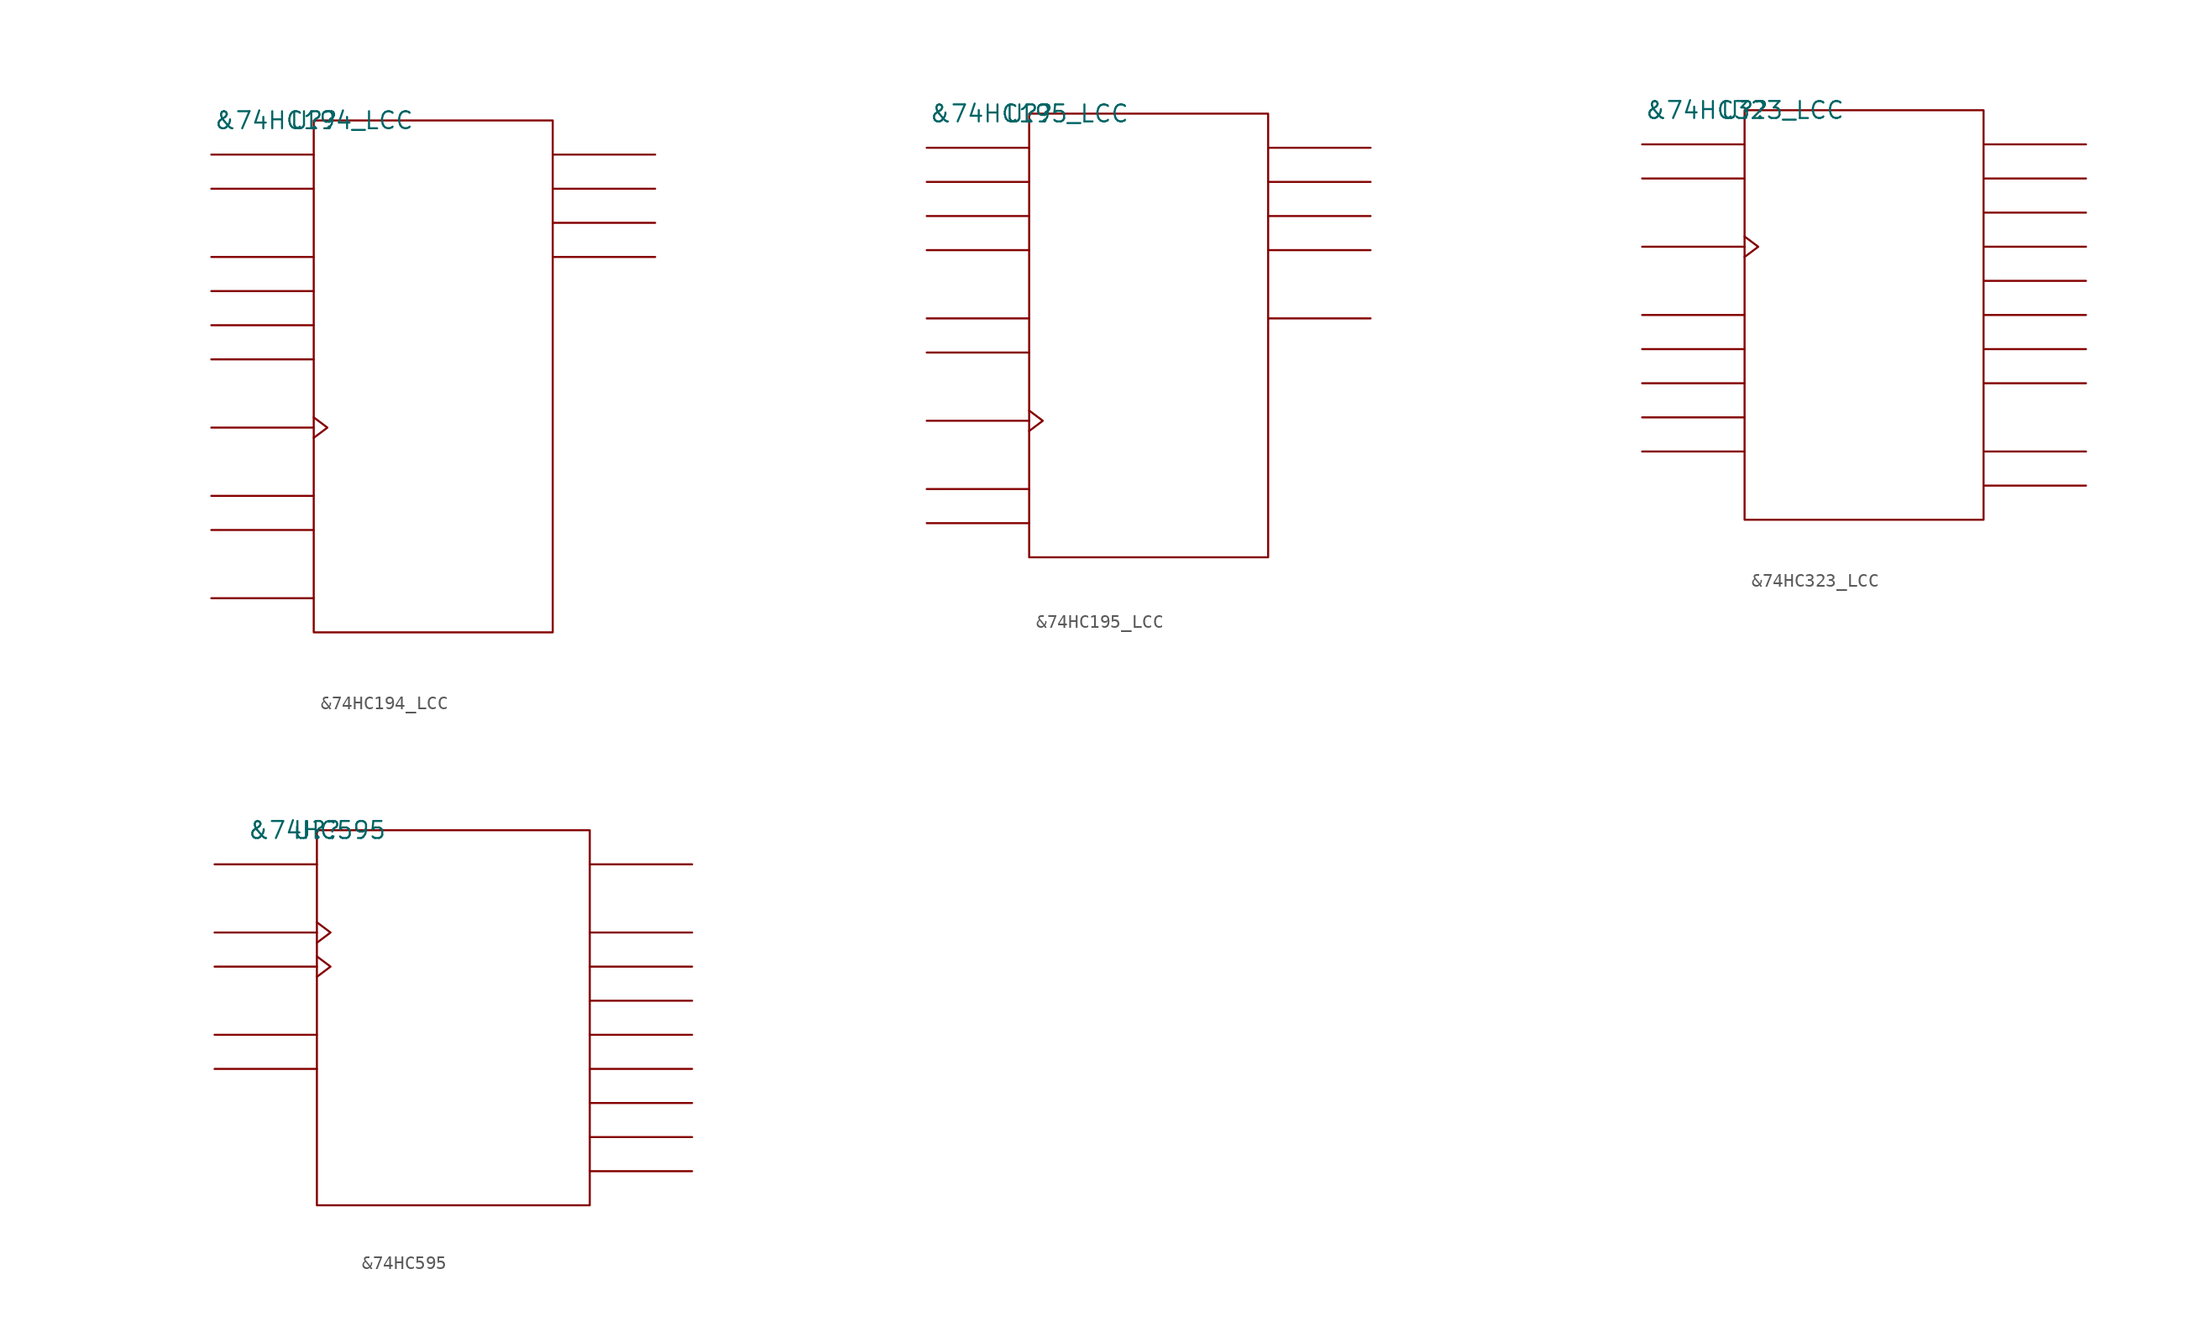
<source format=kicad_sym>
(kicad_symbol_lib
  (version 20211014)
  (generator kicad_symbol_editor)
  (symbol "&74HC194_LCC"
    (pin_names
      (offset 0.762))
    (property "Reference" "U?"
      (at 0 0 0)
      (effects (font (size 1.27 1.27))))
    (property "Value" "&74HC194_LCC"
      (at 0 0 0)
      (effects (font (size 1.27 1.27))))
    (symbol "&74HC194_LCC_0_1"
      (rectangle (start 0 -38.1) (end 17.78 0) (stroke (width 0) (type default) (color 0 0 0 0)) (fill (type none)))
      (polyline (pts (xy 0 -35.56) (xy -7.62 -35.56)) (stroke (width 0) (type default) (color 0 0 0 0)) (fill (type none)))
      (polyline (pts (xy 0 -30.48) (xy -7.62 -30.48)) (stroke (width 0) (type default) (color 0 0 0 0)) (fill (type none)))
      (polyline (pts (xy 0 -27.94) (xy -7.62 -27.94)) (stroke (width 0) (type default) (color 0 0 0 0)) (fill (type none)))
      (polyline (pts (xy 0 -22.86) (xy -7.62 -22.86)) (stroke (width 0) (type default) (color 0 0 0 0)) (fill (type none)))
      (polyline (pts (xy 0 -17.78) (xy -7.62 -17.78)) (stroke (width 0) (type default) (color 0 0 0 0)) (fill (type none)))
      (polyline (pts (xy 0 -15.24) (xy -7.62 -15.24)) (stroke (width 0) (type default) (color 0 0 0 0)) (fill (type none)))
      (polyline (pts (xy 0 -12.7) (xy -7.62 -12.7)) (stroke (width 0) (type default) (color 0 0 0 0)) (fill (type none)))
      (polyline (pts (xy 0 -10.16) (xy -7.62 -10.16)) (stroke (width 0) (type default) (color 0 0 0 0)) (fill (type none)))
      (polyline (pts (xy 0 -5.08) (xy -7.62 -5.08)) (stroke (width 0) (type default) (color 0 0 0 0)) (fill (type none)))
      (polyline (pts (xy 0 -2.54) (xy -7.62 -2.54)) (stroke (width 0) (type default) (color 0 0 0 0)) (fill (type none)))
      (polyline (pts (xy 17.78 -10.16) (xy 25.4 -10.16)) (stroke (width 0) (type default) (color 0 0 0 0)) (fill (type none)))
      (polyline (pts (xy 17.78 -7.62) (xy 25.4 -7.62)) (stroke (width 0) (type default) (color 0 0 0 0)) (fill (type none)))
      (polyline (pts (xy 17.78 -5.08) (xy 25.4 -5.08)) (stroke (width 0) (type default) (color 0 0 0 0)) (fill (type none)))
      (polyline (pts (xy 17.78 -2.54) (xy 25.4 -2.54)) (stroke (width 0) (type default) (color 0 0 0 0)) (fill (type none)))
      (polyline (pts (xy 0 -22.098) (xy 1.016 -22.86) (xy 0 -23.622)) (stroke (width 0) (type default) (color 0 0 0 0)) (fill (type none))))
    (symbol "&74HC194_LCC_1_1"
      (pin power_in line (at 10.16 -38.1 180) (length 7.62) hide (name "GND" (effects (font (size 1.245 1.245)))) (number "10" (effects (font (size 1.245 1.245)))))
      (pin unspecified line (at -7.62 -27.94 0) (length 7.62) hide (name "S0" (effects (font (size 1.245 1.245)))) (number "12" (effects (font (size 1.245 1.245)))))
      (pin unspecified line (at -7.62 -30.48 0) (length 7.62) hide (name "S1" (effects (font (size 1.245 1.245)))) (number "13" (effects (font (size 1.245 1.245)))))
      (pin unspecified line (at -7.62 -22.86 180) (length 7.62) hide (name "CLK" (effects (font (size 1.245 1.245)))) (number "14" (effects (font (size 1.245 1.245)))))
      (pin unspecified line (at 25.4 -10.16 180) (length 7.62) hide (name "QD" (effects (font (size 1.245 1.245)))) (number "15" (effects (font (size 1.245 1.245)))))
      (pin unspecified line (at 25.4 -7.62 180) (length 7.62) hide (name "QC" (effects (font (size 1.245 1.245)))) (number "17" (effects (font (size 1.245 1.245)))))
      (pin unspecified line (at 25.4 -5.08 180) (length 7.62) hide (name "QB" (effects (font (size 1.245 1.245)))) (number "18" (effects (font (size 1.245 1.245)))))
      (pin unspecified line (at 25.4 -2.54 180) (length 7.62) hide (name "QA" (effects (font (size 1.245 1.245)))) (number "19" (effects (font (size 1.245 1.245)))))
      (pin unspecified line (at -7.62 -35.56 0) (length 7.62) hide (name "C\\L\\R\\" (effects (font (size 1.245 1.245)))) (number "2" (effects (font (size 1.245 1.245)))))
      (pin power_in line (at 10.16 0 180) (length 7.62) hide (name "VCC" (effects (font (size 1.245 1.245)))) (number "20" (effects (font (size 1.245 1.245)))))
      (pin unspecified line (at -7.62 -5.08 0) (length 7.62) hide (name "SRSDI" (effects (font (size 1.245 1.245)))) (number "3" (effects (font (size 1.245 1.245)))))
      (pin unspecified line (at -7.62 -10.16 0) (length 7.62) hide (name "A" (effects (font (size 1.245 1.245)))) (number "4" (effects (font (size 1.245 1.245)))))
      (pin unspecified line (at -7.62 -12.7 0) (length 7.62) hide (name "B" (effects (font (size 1.245 1.245)))) (number "5" (effects (font (size 1.245 1.245)))))
      (pin unspecified line (at -7.62 -15.24 0) (length 7.62) hide (name "C" (effects (font (size 1.245 1.245)))) (number "7" (effects (font (size 1.245 1.245)))))
      (pin unspecified line (at -7.62 -17.78 0) (length 7.62) hide (name "D" (effects (font (size 1.245 1.245)))) (number "8" (effects (font (size 1.245 1.245)))))
      (pin unspecified line (at -7.62 -2.54 0) (length 7.62) hide (name "SLSDI" (effects (font (size 1.245 1.245)))) (number "9" (effects (font (size 1.245 1.245)))))))
  (symbol "&74HC195_LCC"
    (pin_names
      (offset 0.762))
    (property "Reference" "U?"
      (at 0 0 0)
      (effects (font (size 1.27 1.27))))
    (property "Value" "&74HC195_LCC"
      (at 0 0 0)
      (effects (font (size 1.27 1.27))))
    (symbol "&74HC195_LCC_0_1"
      (rectangle (start 0 -33.02) (end 17.78 0) (stroke (width 0) (type default) (color 0 0 0 0)) (fill (type none)))
      (polyline (pts (xy 0 -30.48) (xy -7.62 -30.48)) (stroke (width 0) (type default) (color 0 0 0 0)) (fill (type none)))
      (polyline (pts (xy 0 -27.94) (xy -7.62 -27.94)) (stroke (width 0) (type default) (color 0 0 0 0)) (fill (type none)))
      (polyline (pts (xy 0 -22.86) (xy -7.62 -22.86)) (stroke (width 0) (type default) (color 0 0 0 0)) (fill (type none)))
      (polyline (pts (xy 0 -17.78) (xy -7.62 -17.78)) (stroke (width 0) (type default) (color 0 0 0 0)) (fill (type none)))
      (polyline (pts (xy 0 -15.24) (xy -7.62 -15.24)) (stroke (width 0) (type default) (color 0 0 0 0)) (fill (type none)))
      (polyline (pts (xy 0 -10.16) (xy -7.62 -10.16)) (stroke (width 0) (type default) (color 0 0 0 0)) (fill (type none)))
      (polyline (pts (xy 0 -7.62) (xy -7.62 -7.62)) (stroke (width 0) (type default) (color 0 0 0 0)) (fill (type none)))
      (polyline (pts (xy 0 -5.08) (xy -7.62 -5.08)) (stroke (width 0) (type default) (color 0 0 0 0)) (fill (type none)))
      (polyline (pts (xy 0 -2.54) (xy -7.62 -2.54)) (stroke (width 0) (type default) (color 0 0 0 0)) (fill (type none)))
      (polyline (pts (xy 17.78 -15.24) (xy 25.4 -15.24)) (stroke (width 0) (type default) (color 0 0 0 0)) (fill (type none)))
      (polyline (pts (xy 17.78 -10.16) (xy 25.4 -10.16)) (stroke (width 0) (type default) (color 0 0 0 0)) (fill (type none)))
      (polyline (pts (xy 17.78 -7.62) (xy 25.4 -7.62)) (stroke (width 0) (type default) (color 0 0 0 0)) (fill (type none)))
      (polyline (pts (xy 17.78 -5.08) (xy 25.4 -5.08)) (stroke (width 0) (type default) (color 0 0 0 0)) (fill (type none)))
      (polyline (pts (xy 17.78 -2.54) (xy 25.4 -2.54)) (stroke (width 0) (type default) (color 0 0 0 0)) (fill (type none)))
      (polyline (pts (xy 0 -22.098) (xy 1.016 -22.86) (xy 0 -23.622)) (stroke (width 0) (type default) (color 0 0 0 0)) (fill (type none))))
    (symbol "&74HC195_LCC_1_1"
      (pin power_in line (at 10.16 -33.02 0) (length 7.62) hide (name "GND" (effects (font (size 1.245 1.245)))) (number "10" (effects (font (size 1.245 1.245)))))
      (pin unspecified line (at -7.62 -30.48 0) (length 7.62) hide (name "SH/L\\D\\" (effects (font (size 1.245 1.245)))) (number "12" (effects (font (size 1.245 1.245)))))
      (pin unspecified line (at -7.62 -22.86 180) (length 7.62) hide (name "CLK" (effects (font (size 1.245 1.245)))) (number "13" (effects (font (size 1.245 1.245)))))
      (pin unspecified line (at 25.4 -15.24 180) (length 7.62) hide (name "Q\\D\\" (effects (font (size 1.245 1.245)))) (number "14" (effects (font (size 1.245 1.245)))))
      (pin unspecified line (at 25.4 -10.16 180) (length 7.62) hide (name "QD" (effects (font (size 1.245 1.245)))) (number "15" (effects (font (size 1.245 1.245)))))
      (pin unspecified line (at 25.4 -7.62 180) (length 7.62) hide (name "QC" (effects (font (size 1.245 1.245)))) (number "17" (effects (font (size 1.245 1.245)))))
      (pin unspecified line (at 25.4 -5.08 180) (length 7.62) hide (name "QB" (effects (font (size 1.245 1.245)))) (number "18" (effects (font (size 1.245 1.245)))))
      (pin unspecified line (at 25.4 -2.54 180) (length 7.62) hide (name "QA" (effects (font (size 1.245 1.245)))) (number "19" (effects (font (size 1.245 1.245)))))
      (pin unspecified line (at -7.62 -27.94 0) (length 7.62) hide (name "C\\L\\R\\" (effects (font (size 1.245 1.245)))) (number "2" (effects (font (size 1.245 1.245)))))
      (pin power_in line (at 7.62 0 180) (length 7.62) hide (name "VCC" (effects (font (size 1.245 1.245)))) (number "20" (effects (font (size 1.245 1.245)))))
      (pin unspecified line (at -7.62 -15.24 0) (length 7.62) hide (name "J" (effects (font (size 1.245 1.245)))) (number "3" (effects (font (size 1.245 1.245)))))
      (pin unspecified line (at -7.62 -17.78 0) (length 7.62) hide (name "K\\" (effects (font (size 1.245 1.245)))) (number "4" (effects (font (size 1.245 1.245)))))
      (pin unspecified line (at -7.62 -2.54 0) (length 7.62) hide (name "A" (effects (font (size 1.245 1.245)))) (number "5" (effects (font (size 1.245 1.245)))))
      (pin unspecified line (at -7.62 -5.08 0) (length 7.62) hide (name "B" (effects (font (size 1.245 1.245)))) (number "7" (effects (font (size 1.245 1.245)))))
      (pin unspecified line (at -7.62 -7.62 0) (length 7.62) hide (name "C" (effects (font (size 1.245 1.245)))) (number "8" (effects (font (size 1.245 1.245)))))
      (pin unspecified line (at -7.62 -10.16 0) (length 7.62) hide (name "D" (effects (font (size 1.245 1.245)))) (number "9" (effects (font (size 1.245 1.245)))))))
  (symbol "&74HC323_LCC"
    (pin_names
      (offset 0.762))
    (property "Reference" "U?"
      (at 0 0 0)
      (effects (font (size 1.27 1.27))))
    (property "Value" "&74HC323_LCC"
      (at 0 0 0)
      (effects (font (size 1.27 1.27))))
    (symbol "&74HC323_LCC_0_1"
      (rectangle (start 0 -30.48) (end 17.78 0) (stroke (width 0) (type default) (color 0 0 0 0)) (fill (type none)))
      (polyline (pts (xy 0 -25.4) (xy -7.62 -25.4)) (stroke (width 0) (type default) (color 0 0 0 0)) (fill (type none)))
      (polyline (pts (xy 0 -22.86) (xy -7.62 -22.86)) (stroke (width 0) (type default) (color 0 0 0 0)) (fill (type none)))
      (polyline (pts (xy 0 -20.32) (xy -7.62 -20.32)) (stroke (width 0) (type default) (color 0 0 0 0)) (fill (type none)))
      (polyline (pts (xy 0 -17.78) (xy -7.62 -17.78)) (stroke (width 0) (type default) (color 0 0 0 0)) (fill (type none)))
      (polyline (pts (xy 0 -15.24) (xy -7.62 -15.24)) (stroke (width 0) (type default) (color 0 0 0 0)) (fill (type none)))
      (polyline (pts (xy 0 -10.16) (xy -7.62 -10.16)) (stroke (width 0) (type default) (color 0 0 0 0)) (fill (type none)))
      (polyline (pts (xy 0 -5.08) (xy -7.62 -5.08)) (stroke (width 0) (type default) (color 0 0 0 0)) (fill (type none)))
      (polyline (pts (xy 0 -2.54) (xy -7.62 -2.54)) (stroke (width 0) (type default) (color 0 0 0 0)) (fill (type none)))
      (polyline (pts (xy 17.78 -27.94) (xy 25.4 -27.94)) (stroke (width 0) (type default) (color 0 0 0 0)) (fill (type none)))
      (polyline (pts (xy 17.78 -25.4) (xy 25.4 -25.4)) (stroke (width 0) (type default) (color 0 0 0 0)) (fill (type none)))
      (polyline (pts (xy 17.78 -20.32) (xy 25.4 -20.32)) (stroke (width 0) (type default) (color 0 0 0 0)) (fill (type none)))
      (polyline (pts (xy 17.78 -17.78) (xy 25.4 -17.78)) (stroke (width 0) (type default) (color 0 0 0 0)) (fill (type none)))
      (polyline (pts (xy 17.78 -15.24) (xy 25.4 -15.24)) (stroke (width 0) (type default) (color 0 0 0 0)) (fill (type none)))
      (polyline (pts (xy 17.78 -12.7) (xy 25.4 -12.7)) (stroke (width 0) (type default) (color 0 0 0 0)) (fill (type none)))
      (polyline (pts (xy 17.78 -10.16) (xy 25.4 -10.16)) (stroke (width 0) (type default) (color 0 0 0 0)) (fill (type none)))
      (polyline (pts (xy 17.78 -7.62) (xy 25.4 -7.62)) (stroke (width 0) (type default) (color 0 0 0 0)) (fill (type none)))
      (polyline (pts (xy 17.78 -5.08) (xy 25.4 -5.08)) (stroke (width 0) (type default) (color 0 0 0 0)) (fill (type none)))
      (polyline (pts (xy 17.78 -2.54) (xy 25.4 -2.54)) (stroke (width 0) (type default) (color 0 0 0 0)) (fill (type none)))
      (polyline (pts (xy 0 -9.398) (xy 1.016 -10.16) (xy 0 -10.922)) (stroke (width 0) (type default) (color 0 0 0 0)) (fill (type none))))
    (symbol "&74HC323_LCC_1_1"
      (pin unspecified line (at -7.62 -22.86 0) (length 7.62) hide (name "S0" (effects (font (size 1.245 1.245)))) (number "1" (effects (font (size 1.245 1.245)))))
      (pin power_in line (at 7.62 -30.48 180) (length 7.62) hide (name "GND" (effects (font (size 1.245 1.245)))) (number "10" (effects (font (size 1.245 1.245)))))
      (pin unspecified line (at -7.62 -5.08 0) (length 7.62) hide (name "SR" (effects (font (size 1.245 1.245)))) (number "11" (effects (font (size 1.245 1.245)))))
      (pin unspecified line (at -7.62 -10.16 180) (length 7.62) hide (name "CLK" (effects (font (size 1.245 1.245)))) (number "12" (effects (font (size 1.245 1.245)))))
      (pin unspecified line (at 25.4 -5.08 180) (length 7.62) hide (name "B/QB" (effects (font (size 1.245 1.245)))) (number "13" (effects (font (size 1.245 1.245)))))
      (pin unspecified line (at 25.4 -10.16 180) (length 7.62) hide (name "D/QD" (effects (font (size 1.245 1.245)))) (number "14" (effects (font (size 1.245 1.245)))))
      (pin unspecified line (at 25.4 -15.24 180) (length 7.62) hide (name "F/QF" (effects (font (size 1.245 1.245)))) (number "15" (effects (font (size 1.245 1.245)))))
      (pin unspecified line (at 25.4 -20.32 180) (length 7.62) hide (name "H/QH" (effects (font (size 1.245 1.245)))) (number "16" (effects (font (size 1.245 1.245)))))
      (pin unspecified line (at 25.4 -27.94 180) (length 7.62) hide (name "QH" (effects (font (size 1.245 1.245)))) (number "17" (effects (font (size 1.245 1.245)))))
      (pin unspecified line (at -7.62 -2.54 0) (length 7.62) hide (name "SL" (effects (font (size 1.245 1.245)))) (number "18" (effects (font (size 1.245 1.245)))))
      (pin unspecified line (at -7.62 -25.4 0) (length 7.62) hide (name "S1" (effects (font (size 1.245 1.245)))) (number "19" (effects (font (size 1.245 1.245)))))
      (pin unspecified line (at -7.62 -17.78 0) (length 7.62) hide (name "G\\1\\" (effects (font (size 1.245 1.245)))) (number "2" (effects (font (size 1.245 1.245)))))
      (pin power_in line (at 7.62 0 180) (length 7.62) hide (name "VCC" (effects (font (size 1.245 1.245)))) (number "20" (effects (font (size 1.245 1.245)))))
      (pin unspecified line (at -7.62 -20.32 0) (length 7.62) hide (name "G\\2\\" (effects (font (size 1.245 1.245)))) (number "3" (effects (font (size 1.245 1.245)))))
      (pin unspecified line (at 25.4 -17.78 180) (length 7.62) hide (name "G/QG" (effects (font (size 1.245 1.245)))) (number "4" (effects (font (size 1.245 1.245)))))
      (pin unspecified line (at 25.4 -12.7 180) (length 7.62) hide (name "E/QE" (effects (font (size 1.245 1.245)))) (number "5" (effects (font (size 1.245 1.245)))))
      (pin unspecified line (at 25.4 -7.62 180) (length 7.62) hide (name "C/QC" (effects (font (size 1.245 1.245)))) (number "6" (effects (font (size 1.245 1.245)))))
      (pin unspecified line (at 25.4 -2.54 180) (length 7.62) hide (name "A/QA" (effects (font (size 1.245 1.245)))) (number "7" (effects (font (size 1.245 1.245)))))
      (pin unspecified line (at 25.4 -25.4 180) (length 7.62) hide (name "QA" (effects (font (size 1.245 1.245)))) (number "8" (effects (font (size 1.245 1.245)))))
      (pin unspecified line (at -7.62 -15.24 0) (length 7.62) hide (name "C\\L\\R\\" (effects (font (size 1.245 1.245)))) (number "9" (effects (font (size 1.245 1.245)))))))
  (symbol "&74HC595"
    (pin_names
      (offset 0.762))
    (property "Reference" "U?"
      (at 0 0 0)
      (effects (font (size 1.27 1.27))))
    (property "Value" "&74HC595"
      (at 0 0 0)
      (effects (font (size 1.27 1.27))))
    (symbol "&74HC595_0_1"
      (rectangle (start 0 -27.94) (end 20.32 0) (stroke (width 0) (type default) (color 0 0 0 0)) (fill (type none)))
      (polyline (pts (xy 0 -17.78) (xy -7.62 -17.78)) (stroke (width 0) (type default) (color 0 0 0 0)) (fill (type none)))
      (polyline (pts (xy 0 -15.24) (xy -7.62 -15.24)) (stroke (width 0) (type default) (color 0 0 0 0)) (fill (type none)))
      (polyline (pts (xy 0 -10.16) (xy -7.62 -10.16)) (stroke (width 0) (type default) (color 0 0 0 0)) (fill (type none)))
      (polyline (pts (xy 0 -7.62) (xy -7.62 -7.62)) (stroke (width 0) (type default) (color 0 0 0 0)) (fill (type none)))
      (polyline (pts (xy 0 -2.54) (xy -7.62 -2.54)) (stroke (width 0) (type default) (color 0 0 0 0)) (fill (type none)))
      (polyline (pts (xy 20.32 -25.4) (xy 27.94 -25.4)) (stroke (width 0) (type default) (color 0 0 0 0)) (fill (type none)))
      (polyline (pts (xy 20.32 -22.86) (xy 27.94 -22.86)) (stroke (width 0) (type default) (color 0 0 0 0)) (fill (type none)))
      (polyline (pts (xy 20.32 -20.32) (xy 27.94 -20.32)) (stroke (width 0) (type default) (color 0 0 0 0)) (fill (type none)))
      (polyline (pts (xy 20.32 -17.78) (xy 27.94 -17.78)) (stroke (width 0) (type default) (color 0 0 0 0)) (fill (type none)))
      (polyline (pts (xy 20.32 -15.24) (xy 27.94 -15.24)) (stroke (width 0) (type default) (color 0 0 0 0)) (fill (type none)))
      (polyline (pts (xy 20.32 -12.7) (xy 27.94 -12.7)) (stroke (width 0) (type default) (color 0 0 0 0)) (fill (type none)))
      (polyline (pts (xy 20.32 -10.16) (xy 27.94 -10.16)) (stroke (width 0) (type default) (color 0 0 0 0)) (fill (type none)))
      (polyline (pts (xy 20.32 -7.62) (xy 27.94 -7.62)) (stroke (width 0) (type default) (color 0 0 0 0)) (fill (type none)))
      (polyline (pts (xy 20.32 -2.54) (xy 27.94 -2.54)) (stroke (width 0) (type default) (color 0 0 0 0)) (fill (type none)))
      (polyline (pts (xy 0 -9.398) (xy 1.016 -10.16) (xy 0 -10.922)) (stroke (width 0) (type default) (color 0 0 0 0)) (fill (type none)))
      (polyline (pts (xy 0 -6.858) (xy 1.016 -7.62) (xy 0 -8.382)) (stroke (width 0) (type default) (color 0 0 0 0)) (fill (type none))))
    (symbol "&74HC595_1_1"
      (pin unspecified line (at 27.94 -10.16 180) (length 7.62) hide (name "QB" (effects (font (size 1.245 1.245)))) (number "1" (effects (font (size 1.245 1.245)))))
      (pin unspecified line (at -7.62 -15.24 0) (length 7.62) hide (name "C\\L\\R\\" (effects (font (size 1.245 1.245)))) (number "10" (effects (font (size 1.245 1.245)))))
      (pin unspecified line (at -7.62 -10.16 180) (length 7.62) hide (name "SRCLK" (effects (font (size 1.245 1.245)))) (number "11" (effects (font (size 1.245 1.245)))))
      (pin unspecified line (at -7.62 -7.62 180) (length 7.62) hide (name "RCLK" (effects (font (size 1.245 1.245)))) (number "12" (effects (font (size 1.245 1.245)))))
      (pin unspecified line (at -7.62 -17.78 0) (length 7.62) hide (name "G\\" (effects (font (size 1.245 1.245)))) (number "13" (effects (font (size 1.245 1.245)))))
      (pin unspecified line (at -7.62 -2.54 0) (length 7.62) hide (name "SDI" (effects (font (size 1.245 1.245)))) (number "14" (effects (font (size 1.245 1.245)))))
      (pin unspecified line (at 27.94 -7.62 180) (length 7.62) hide (name "QA" (effects (font (size 1.245 1.245)))) (number "15" (effects (font (size 1.245 1.245)))))
      (pin power_in line (at 10.16 0 0) (length 7.62) hide (name "VCC" (effects (font (size 1.245 1.245)))) (number "16" (effects (font (size 1.245 1.245)))))
      (pin unspecified line (at 27.94 -12.7 180) (length 7.62) hide (name "QC" (effects (font (size 1.245 1.245)))) (number "2" (effects (font (size 1.245 1.245)))))
      (pin unspecified line (at 27.94 -15.24 180) (length 7.62) hide (name "QD" (effects (font (size 1.245 1.245)))) (number "3" (effects (font (size 1.245 1.245)))))
      (pin unspecified line (at 27.94 -17.78 180) (length 7.62) hide (name "QE" (effects (font (size 1.245 1.245)))) (number "4" (effects (font (size 1.245 1.245)))))
      (pin unspecified line (at 27.94 -20.32 180) (length 7.62) hide (name "QF" (effects (font (size 1.245 1.245)))) (number "5" (effects (font (size 1.245 1.245)))))
      (pin unspecified line (at 27.94 -22.86 180) (length 7.62) hide (name "QG" (effects (font (size 1.245 1.245)))) (number "6" (effects (font (size 1.245 1.245)))))
      (pin unspecified line (at 27.94 -25.4 180) (length 7.62) hide (name "QH" (effects (font (size 1.245 1.245)))) (number "7" (effects (font (size 1.245 1.245)))))
      (pin power_in line (at 10.16 -27.94 180) (length 7.62) hide (name "GND" (effects (font (size 1.245 1.245)))) (number "8" (effects (font (size 1.245 1.245)))))
      (pin unspecified line (at 27.94 -2.54 180) (length 7.62) hide (name "SDO" (effects (font (size 1.245 1.245)))) (number "9" (effects (font (size 1.245 1.245))))))))
</source>
